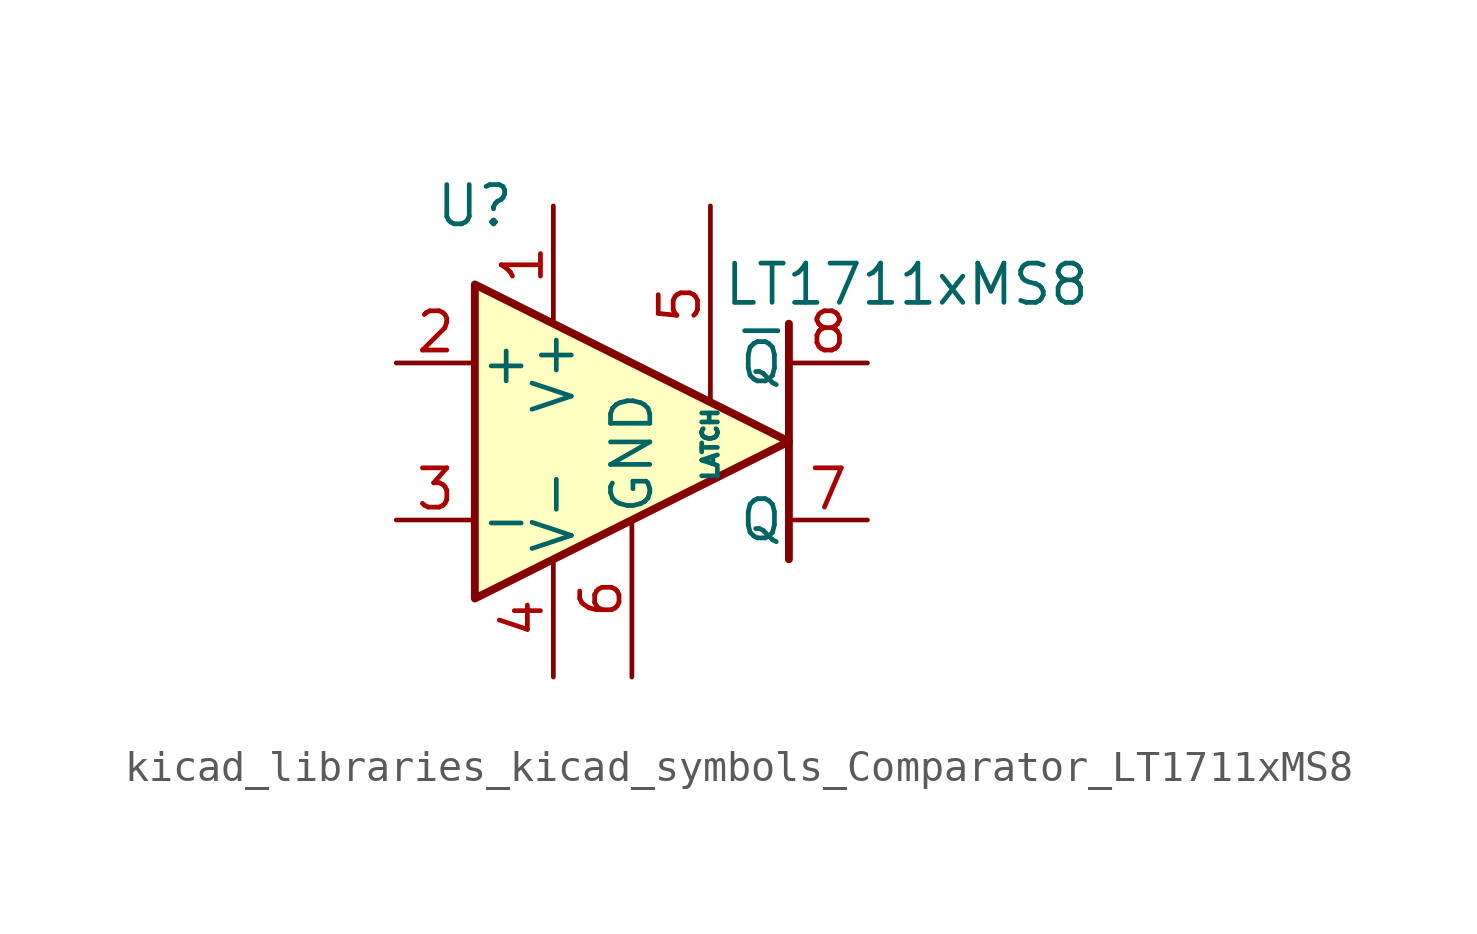
<source format=kicad_sym>
(kicad_symbol_lib
  (version 20220914)
  (generator kicad_symbol_editor)
  (symbol "kicad_libraries_kicad_symbols_Comparator_LT1711xMS8"
    (pin_names
      (offset 0.127))
    (property "Reference" "U"
      (at -5.08 7.62 0)
      (effects (font (size 1.27 1.27))))
    (property "Value" "LT1711xMS8"
      (at 8.89 5.08 0)
      (effects (font (size 1.27 1.27))))
    (symbol "kicad_libraries_kicad_symbols_Comparator_LT1711xMS8_0_1"
      (polyline (pts (xy 5.08 3.81) (xy 5.08 -3.81)) (stroke (width 0.254) (type default)) (fill (type none)))
      (polyline (pts (xy -5.08 5.08) (xy 5.08 0) (xy -5.08 -5.08) (xy -5.08 5.08)) (stroke (width 0.254) (type default)) (fill (type background))))
    (symbol "kicad_libraries_kicad_symbols_Comparator_LT1711xMS8_1_1"
      (pin power_in line (at -2.54 7.62 270) (length 3.81) (name "V+" (effects (font (size 1.27 1.27)))) (number "1" (effects (font (size 1.27 1.27)))))
      (pin input line (at -7.62 2.54 0) (length 2.54) (name "+" (effects (font (size 1.27 1.27)))) (number "2" (effects (font (size 1.27 1.27)))))
      (pin input line (at -7.62 -2.54 0) (length 2.54) (name "-" (effects (font (size 1.27 1.27)))) (number "3" (effects (font (size 1.27 1.27)))))
      (pin power_in line (at -2.54 -7.62 90) (length 3.81) (name "V-" (effects (font (size 1.27 1.27)))) (number "4" (effects (font (size 1.27 1.27)))))
      (pin input line (at 2.54 7.62 270) (length 6.35) (name "LATCH" (effects (font (size 0.508 0.508)))) (number "5" (effects (font (size 1.27 1.27)))))
      (pin power_in line (at 0 -7.62 90) (length 5.08) (name "GND" (effects (font (size 1.27 1.27)))) (number "6" (effects (font (size 1.27 1.27)))))
      (pin output line (at 7.62 -2.54 180) (length 2.54) (name "Q" (effects (font (size 1.27 1.27)))) (number "7" (effects (font (size 1.27 1.27)))))
      (pin output line (at 7.62 2.54 180) (length 2.54) (name "~{Q}" (effects (font (size 1.27 1.27)))) (number "8" (effects (font (size 1.27 1.27))))))))
</source>
